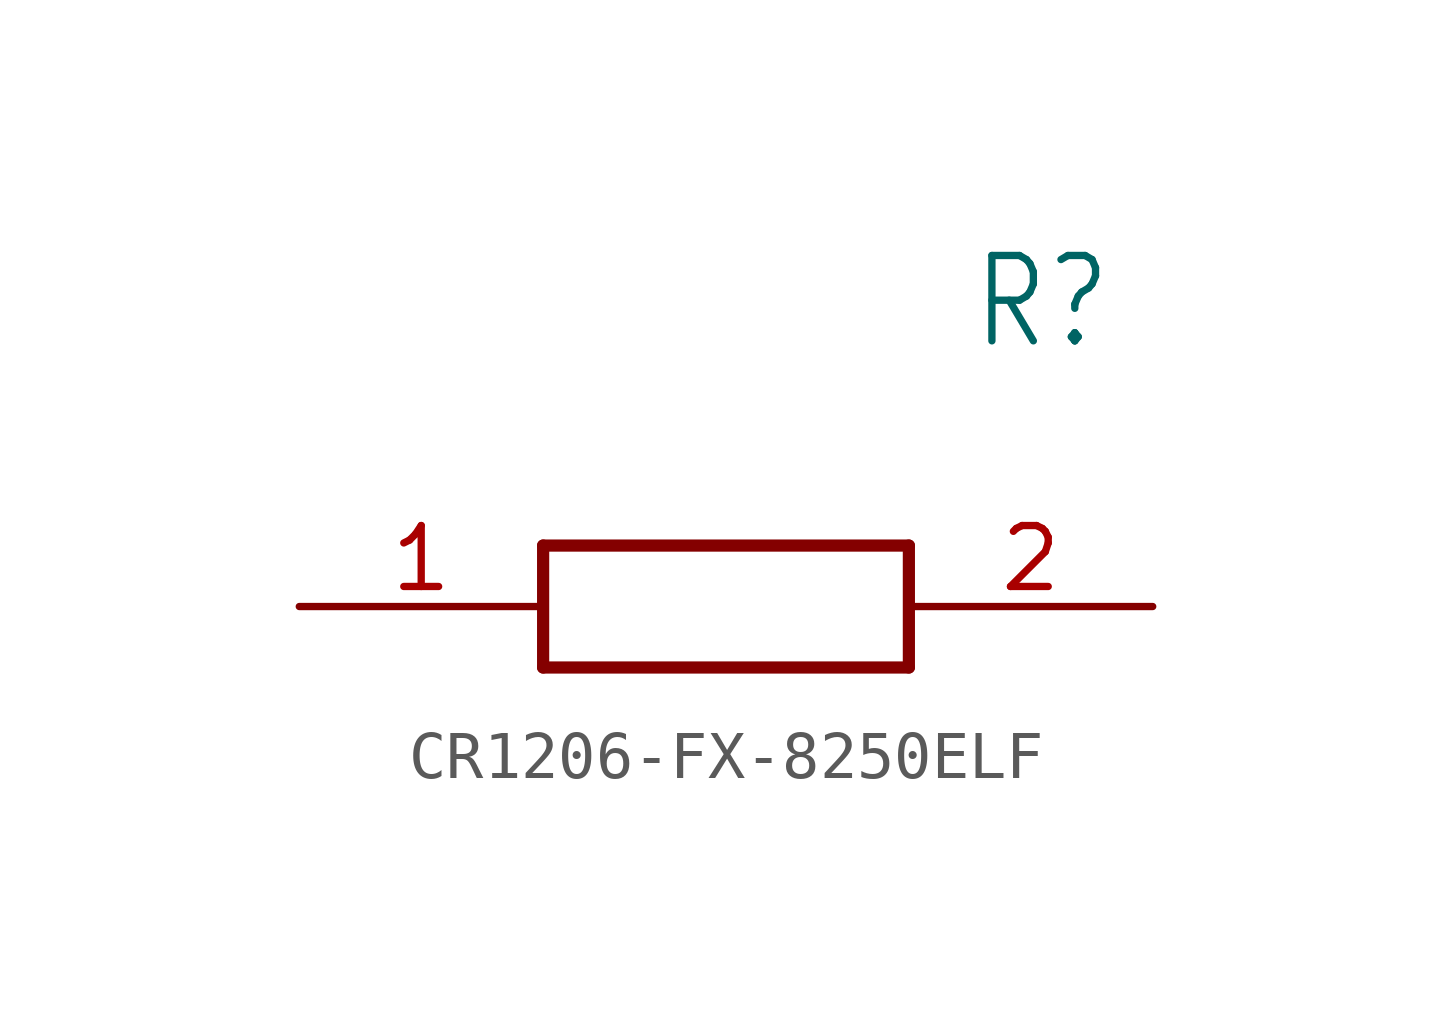
<source format=kicad_sym>
(kicad_symbol_lib
  (version 20220914)
  (generator kicad_symbol_editor)
  (symbol "CR1206-FX-8250ELF"
    (property "Reference" "R"
      (at 13.97 6.35 0)
      (effects (font (size 1.778 1.511)) (justify left)))
    (property "Value" ""
      (at 13.97 3.81 0)
      (effects (font (size 1.778 1.511)) (justify left)))
    (property "ki_locked" ""
      (at 0 0 0)
      (effects (font (size 1.27 1.27))))
    (symbol "CR1206-FX-8250ELF_1_0"
      (polyline (pts (xy 5.08 1.27) (xy 5.08 -1.27)) (stroke (width 0.254) (type solid)) (fill (type none)))
      (polyline (pts (xy 5.08 1.27) (xy 12.7 1.27)) (stroke (width 0.254) (type solid)) (fill (type none)))
      (polyline (pts (xy 12.7 -1.27) (xy 5.08 -1.27)) (stroke (width 0.254) (type solid)) (fill (type none)))
      (polyline (pts (xy 12.7 -1.27) (xy 12.7 1.27)) (stroke (width 0.254) (type solid)) (fill (type none)))
      (pin bidirectional line (at 0 0 0) (length 5.08) (name "1" (effects (font (size 0 0)))) (number "1" (effects (font (size 1.27 1.27)))))
      (pin bidirectional line (at 17.78 0 180) (length 5.08) (name "2" (effects (font (size 0 0)))) (number "2" (effects (font (size 1.27 1.27))))))))
</source>
